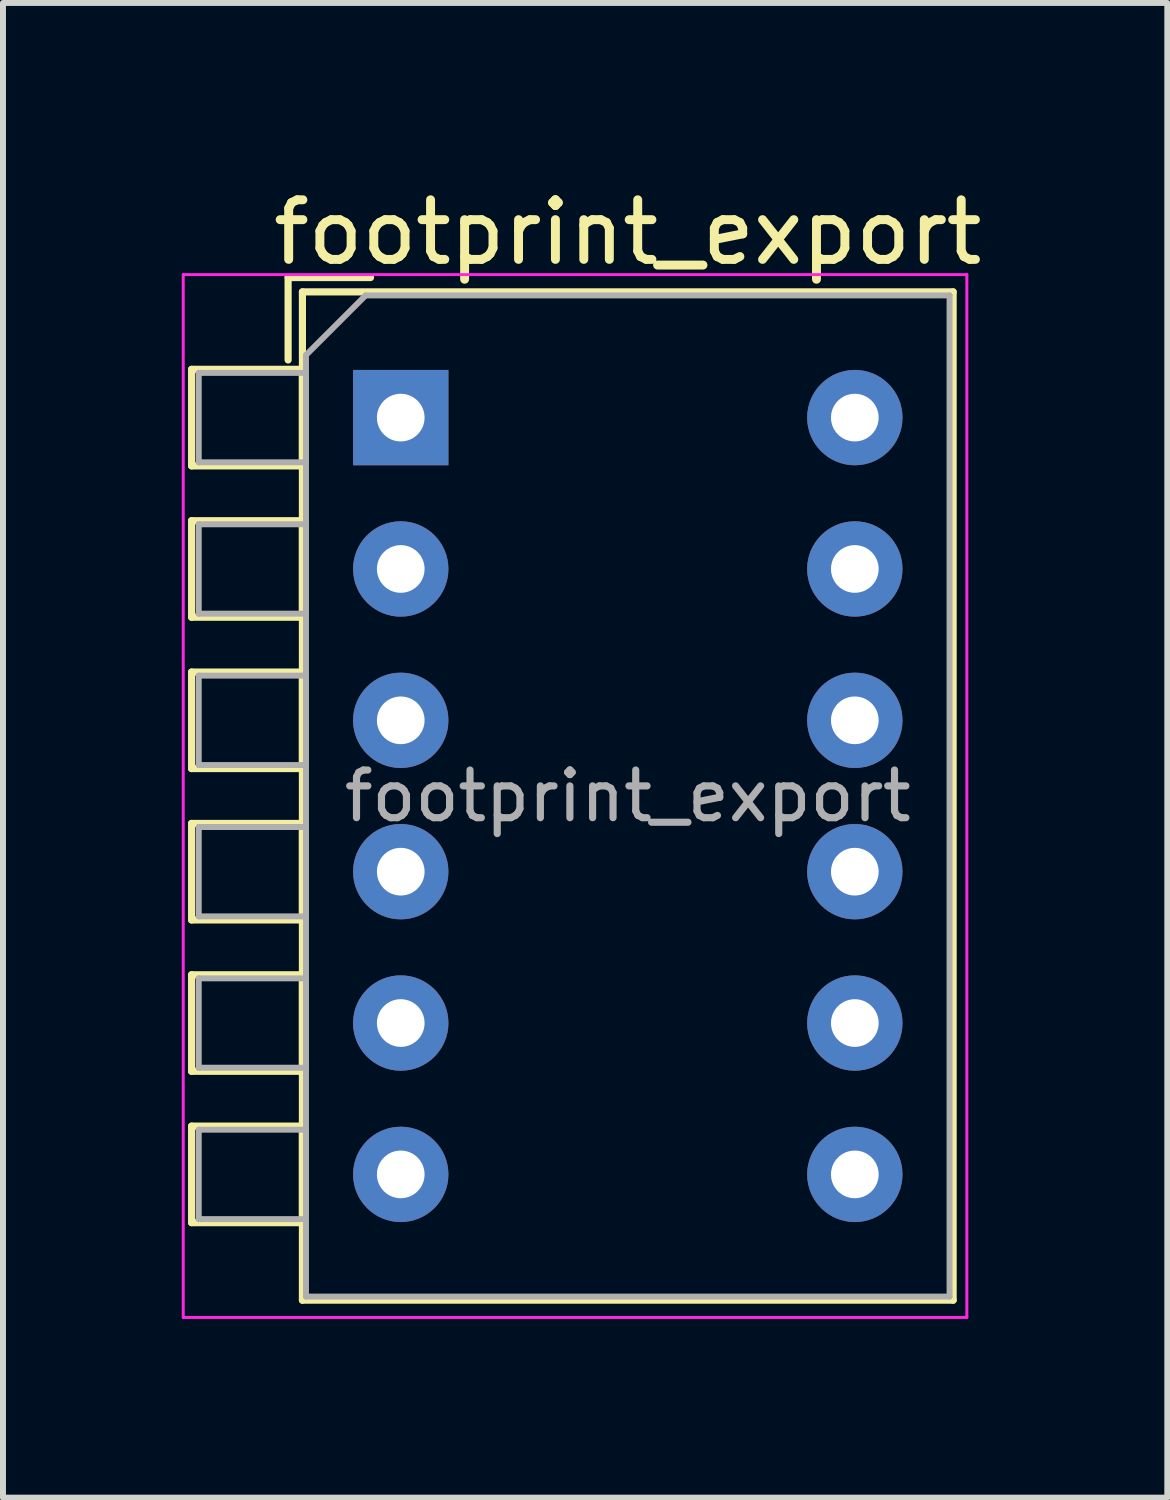
<source format=kicad_pcb>
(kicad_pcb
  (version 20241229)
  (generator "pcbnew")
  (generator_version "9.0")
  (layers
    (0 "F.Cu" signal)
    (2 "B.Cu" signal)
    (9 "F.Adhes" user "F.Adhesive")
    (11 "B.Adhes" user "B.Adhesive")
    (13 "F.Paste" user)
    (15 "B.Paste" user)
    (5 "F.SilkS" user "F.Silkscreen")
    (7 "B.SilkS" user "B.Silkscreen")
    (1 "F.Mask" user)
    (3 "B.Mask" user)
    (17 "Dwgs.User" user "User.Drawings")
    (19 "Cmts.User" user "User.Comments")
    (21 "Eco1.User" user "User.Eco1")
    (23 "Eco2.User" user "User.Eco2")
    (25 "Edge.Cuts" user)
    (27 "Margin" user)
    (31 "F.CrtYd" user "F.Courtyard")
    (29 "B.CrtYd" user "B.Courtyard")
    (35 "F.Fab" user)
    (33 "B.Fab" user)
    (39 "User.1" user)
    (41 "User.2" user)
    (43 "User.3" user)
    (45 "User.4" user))
  (footprint "footprint_export"
    (layer "F.Cu")
    (at 3.675 3.958)
    (property "Reference" "footprint_export" (at 3.81 -3.11 0) (layer "F.SilkS") (effects (font (size 1 1) (thickness 0.15))))
    (attr through_hole)
    (fp_line (start -3.51 -0.81) (end -3.51 0.81) (stroke (width 0.12) (type solid)) (layer "F.SilkS"))
    (fp_line (start -3.51 -0.81) (end -1.65 -0.81) (stroke (width 0.12) (type solid)) (layer "F.SilkS"))
    (fp_line (start -3.51 0.81) (end -1.65 0.81) (stroke (width 0.12) (type solid)) (layer "F.SilkS"))
    (fp_line (start -3.51 1.73) (end -3.51 3.35) (stroke (width 0.12) (type solid)) (layer "F.SilkS"))
    (fp_line (start -3.51 1.73) (end -1.65 1.73) (stroke (width 0.12) (type solid)) (layer "F.SilkS"))
    (fp_line (start -3.51 3.35) (end -1.65 3.35) (stroke (width 0.12) (type solid)) (layer "F.SilkS"))
    (fp_line (start -3.51 4.27) (end -3.51 5.89) (stroke (width 0.12) (type solid)) (layer "F.SilkS"))
    (fp_line (start -3.51 4.27) (end -1.65 4.27) (stroke (width 0.12) (type solid)) (layer "F.SilkS"))
    (fp_line (start -3.51 5.89) (end -1.65 5.89) (stroke (width 0.12) (type solid)) (layer "F.SilkS"))
    (fp_line (start -3.51 6.81) (end -3.51 8.43) (stroke (width 0.12) (type solid)) (layer "F.SilkS"))
    (fp_line (start -3.51 6.81) (end -1.65 6.81) (stroke (width 0.12) (type solid)) (layer "F.SilkS"))
    (fp_line (start -3.51 8.43) (end -1.65 8.43) (stroke (width 0.12) (type solid)) (layer "F.SilkS"))
    (fp_line (start -3.51 9.35) (end -3.51 10.97) (stroke (width 0.12) (type solid)) (layer "F.SilkS"))
    (fp_line (start -3.51 9.35) (end -1.65 9.35) (stroke (width 0.12) (type solid)) (layer "F.SilkS"))
    (fp_line (start -3.51 10.97) (end -1.65 10.97) (stroke (width 0.12) (type solid)) (layer "F.SilkS"))
    (fp_line (start -3.51 11.89) (end -3.51 13.51) (stroke (width 0.12) (type solid)) (layer "F.SilkS"))
    (fp_line (start -3.51 11.89) (end -1.65 11.89) (stroke (width 0.12) (type solid)) (layer "F.SilkS"))
    (fp_line (start -3.51 13.51) (end -1.65 13.51) (stroke (width 0.12) (type solid)) (layer "F.SilkS"))
    (fp_line (start -1.89 -2.35) (end -1.89 -0.967) (stroke (width 0.12) (type solid)) (layer "F.SilkS"))
    (fp_line (start -1.89 -2.35) (end -0.507 -2.35) (stroke (width 0.12) (type solid)) (layer "F.SilkS"))
    (fp_line (start -1.65 -2.11) (end -1.65 14.811) (stroke (width 0.12) (type solid)) (layer "F.SilkS"))
    (fp_line (start -1.65 -2.11) (end 9.27 -2.11) (stroke (width 0.12) (type solid)) (layer "F.SilkS"))
    (fp_line (start -1.65 -0.81) (end -1.65 0.81) (stroke (width 0.12) (type solid)) (layer "F.SilkS"))
    (fp_line (start -1.65 1.73) (end -1.65 3.35) (stroke (width 0.12) (type solid)) (layer "F.SilkS"))
    (fp_line (start -1.65 4.27) (end -1.65 5.89) (stroke (width 0.12) (type solid)) (layer "F.SilkS"))
    (fp_line (start -1.65 6.81) (end -1.65 8.43) (stroke (width 0.12) (type solid)) (layer "F.SilkS"))
    (fp_line (start -1.65 9.35) (end -1.65 10.97) (stroke (width 0.12) (type solid)) (layer "F.SilkS"))
    (fp_line (start -1.65 11.89) (end -1.65 13.51) (stroke (width 0.12) (type solid)) (layer "F.SilkS"))
    (fp_line (start -1.65 14.811) (end 9.27 14.811) (stroke (width 0.12) (type solid)) (layer "F.SilkS"))
    (fp_line (start 9.27 -2.11) (end 9.27 14.811) (stroke (width 0.12) (type solid)) (layer "F.SilkS"))
    (fp_line (start -3.65 -2.4) (end -3.65 15.1) (stroke (width 0.05) (type solid)) (layer "F.CrtYd"))
    (fp_line (start -3.65 15.1) (end 9.5 15.1) (stroke (width 0.05) (type solid)) (layer "F.CrtYd"))
    (fp_line (start 9.5 -2.4) (end -3.65 -2.4) (stroke (width 0.05) (type solid)) (layer "F.CrtYd"))
    (fp_line (start 9.5 15.1) (end 9.5 -2.4) (stroke (width 0.05) (type solid)) (layer "F.CrtYd"))
    (fp_line (start -3.39 -0.75) (end -1.59 -0.75) (stroke (width 0.1) (type solid)) (layer "F.Fab"))
    (fp_line (start -3.39 0.75) (end -3.39 -0.75) (stroke (width 0.1) (type solid)) (layer "F.Fab"))
    (fp_line (start -3.39 1.79) (end -1.59 1.79) (stroke (width 0.1) (type solid)) (layer "F.Fab"))
    (fp_line (start -3.39 3.29) (end -3.39 1.79) (stroke (width 0.1) (type solid)) (layer "F.Fab"))
    (fp_line (start -3.39 4.33) (end -1.59 4.33) (stroke (width 0.1) (type solid)) (layer "F.Fab"))
    (fp_line (start -3.39 5.83) (end -3.39 4.33) (stroke (width 0.1) (type solid)) (layer "F.Fab"))
    (fp_line (start -3.39 6.87) (end -1.59 6.87) (stroke (width 0.1) (type solid)) (layer "F.Fab"))
    (fp_line (start -3.39 8.37) (end -3.39 6.87) (stroke (width 0.1) (type solid)) (layer "F.Fab"))
    (fp_line (start -3.39 9.41) (end -1.59 9.41) (stroke (width 0.1) (type solid)) (layer "F.Fab"))
    (fp_line (start -3.39 10.91) (end -3.39 9.41) (stroke (width 0.1) (type solid)) (layer "F.Fab"))
    (fp_line (start -3.39 11.95) (end -1.59 11.95) (stroke (width 0.1) (type solid)) (layer "F.Fab"))
    (fp_line (start -3.39 13.45) (end -3.39 11.95) (stroke (width 0.1) (type solid)) (layer "F.Fab"))
    (fp_line (start -1.59 -1.05) (end -0.59 -2.05) (stroke (width 0.1) (type solid)) (layer "F.Fab"))
    (fp_line (start -1.59 -0.75) (end -1.59 0.75) (stroke (width 0.1) (type solid)) (layer "F.Fab"))
    (fp_line (start -1.59 0.75) (end -3.39 0.75) (stroke (width 0.1) (type solid)) (layer "F.Fab"))
    (fp_line (start -1.59 1.79) (end -1.59 3.29) (stroke (width 0.1) (type solid)) (layer "F.Fab"))
    (fp_line (start -1.59 3.29) (end -3.39 3.29) (stroke (width 0.1) (type solid)) (layer "F.Fab"))
    (fp_line (start -1.59 4.33) (end -1.59 5.83) (stroke (width 0.1) (type solid)) (layer "F.Fab"))
    (fp_line (start -1.59 5.83) (end -3.39 5.83) (stroke (width 0.1) (type solid)) (layer "F.Fab"))
    (fp_line (start -1.59 6.87) (end -1.59 8.37) (stroke (width 0.1) (type solid)) (layer "F.Fab"))
    (fp_line (start -1.59 8.37) (end -3.39 8.37) (stroke (width 0.1) (type solid)) (layer "F.Fab"))
    (fp_line (start -1.59 9.41) (end -1.59 10.91) (stroke (width 0.1) (type solid)) (layer "F.Fab"))
    (fp_line (start -1.59 10.91) (end -3.39 10.91) (stroke (width 0.1) (type solid)) (layer "F.Fab"))
    (fp_line (start -1.59 11.95) (end -1.59 13.45) (stroke (width 0.1) (type solid)) (layer "F.Fab"))
    (fp_line (start -1.59 13.45) (end -3.39 13.45) (stroke (width 0.1) (type solid)) (layer "F.Fab"))
    (fp_line (start -1.59 14.75) (end -1.59 -1.05) (stroke (width 0.1) (type solid)) (layer "F.Fab"))
    (fp_line (start -0.59 -2.05) (end 9.21 -2.05) (stroke (width 0.1) (type solid)) (layer "F.Fab"))
    (fp_line (start 9.21 -2.05) (end 9.21 14.75) (stroke (width 0.1) (type solid)) (layer "F.Fab"))
    (fp_line (start 9.21 14.75) (end -1.59 14.75) (stroke (width 0.1) (type solid)) (layer "F.Fab"))
    (fp_text user "${REFERENCE}" (at 3.81 6.35 0) (layer "F.Fab") (effects (font (size 0.8 0.8) (thickness 0.12))))
    (pad "1" thru_hole rect (at 0 0) (size 1.6 1.6) (drill 0.8) (layers "*.Cu" "*.Mask"))
    (pad "2" thru_hole oval (at 0 2.54) (size 1.6 1.6) (drill 0.8) (layers "*.Cu" "*.Mask"))
    (pad "3" thru_hole oval (at 0 5.08) (size 1.6 1.6) (drill 0.8) (layers "*.Cu" "*.Mask"))
    (pad "4" thru_hole oval (at 0 7.62) (size 1.6 1.6) (drill 0.8) (layers "*.Cu" "*.Mask"))
    (pad "5" thru_hole oval (at 0 10.16) (size 1.6 1.6) (drill 0.8) (layers "*.Cu" "*.Mask"))
    (pad "6" thru_hole oval (at 0 12.7) (size 1.6 1.6) (drill 0.8) (layers "*.Cu" "*.Mask"))
    (pad "7" thru_hole oval (at 7.62 12.7) (size 1.6 1.6) (drill 0.8) (layers "*.Cu" "*.Mask"))
    (pad "8" thru_hole oval (at 7.62 10.16) (size 1.6 1.6) (drill 0.8) (layers "*.Cu" "*.Mask"))
    (pad "9" thru_hole oval (at 7.62 7.62) (size 1.6 1.6) (drill 0.8) (layers "*.Cu" "*.Mask"))
    (pad "10" thru_hole oval (at 7.62 5.08) (size 1.6 1.6) (drill 0.8) (layers "*.Cu" "*.Mask"))
    (pad "11" thru_hole oval (at 7.62 2.54) (size 1.6 1.6) (drill 0.8) (layers "*.Cu" "*.Mask"))
    (pad "12" thru_hole oval (at 7.62 0) (size 1.6 1.6) (drill 0.8) (layers "*.Cu" "*.Mask")))
  (gr_rect
    (start -3 -3)
    (end 16.539 22.083)
    (stroke (width 0.1) (type default))
    (fill no)
    (layer "Edge.Cuts")))
</source>
